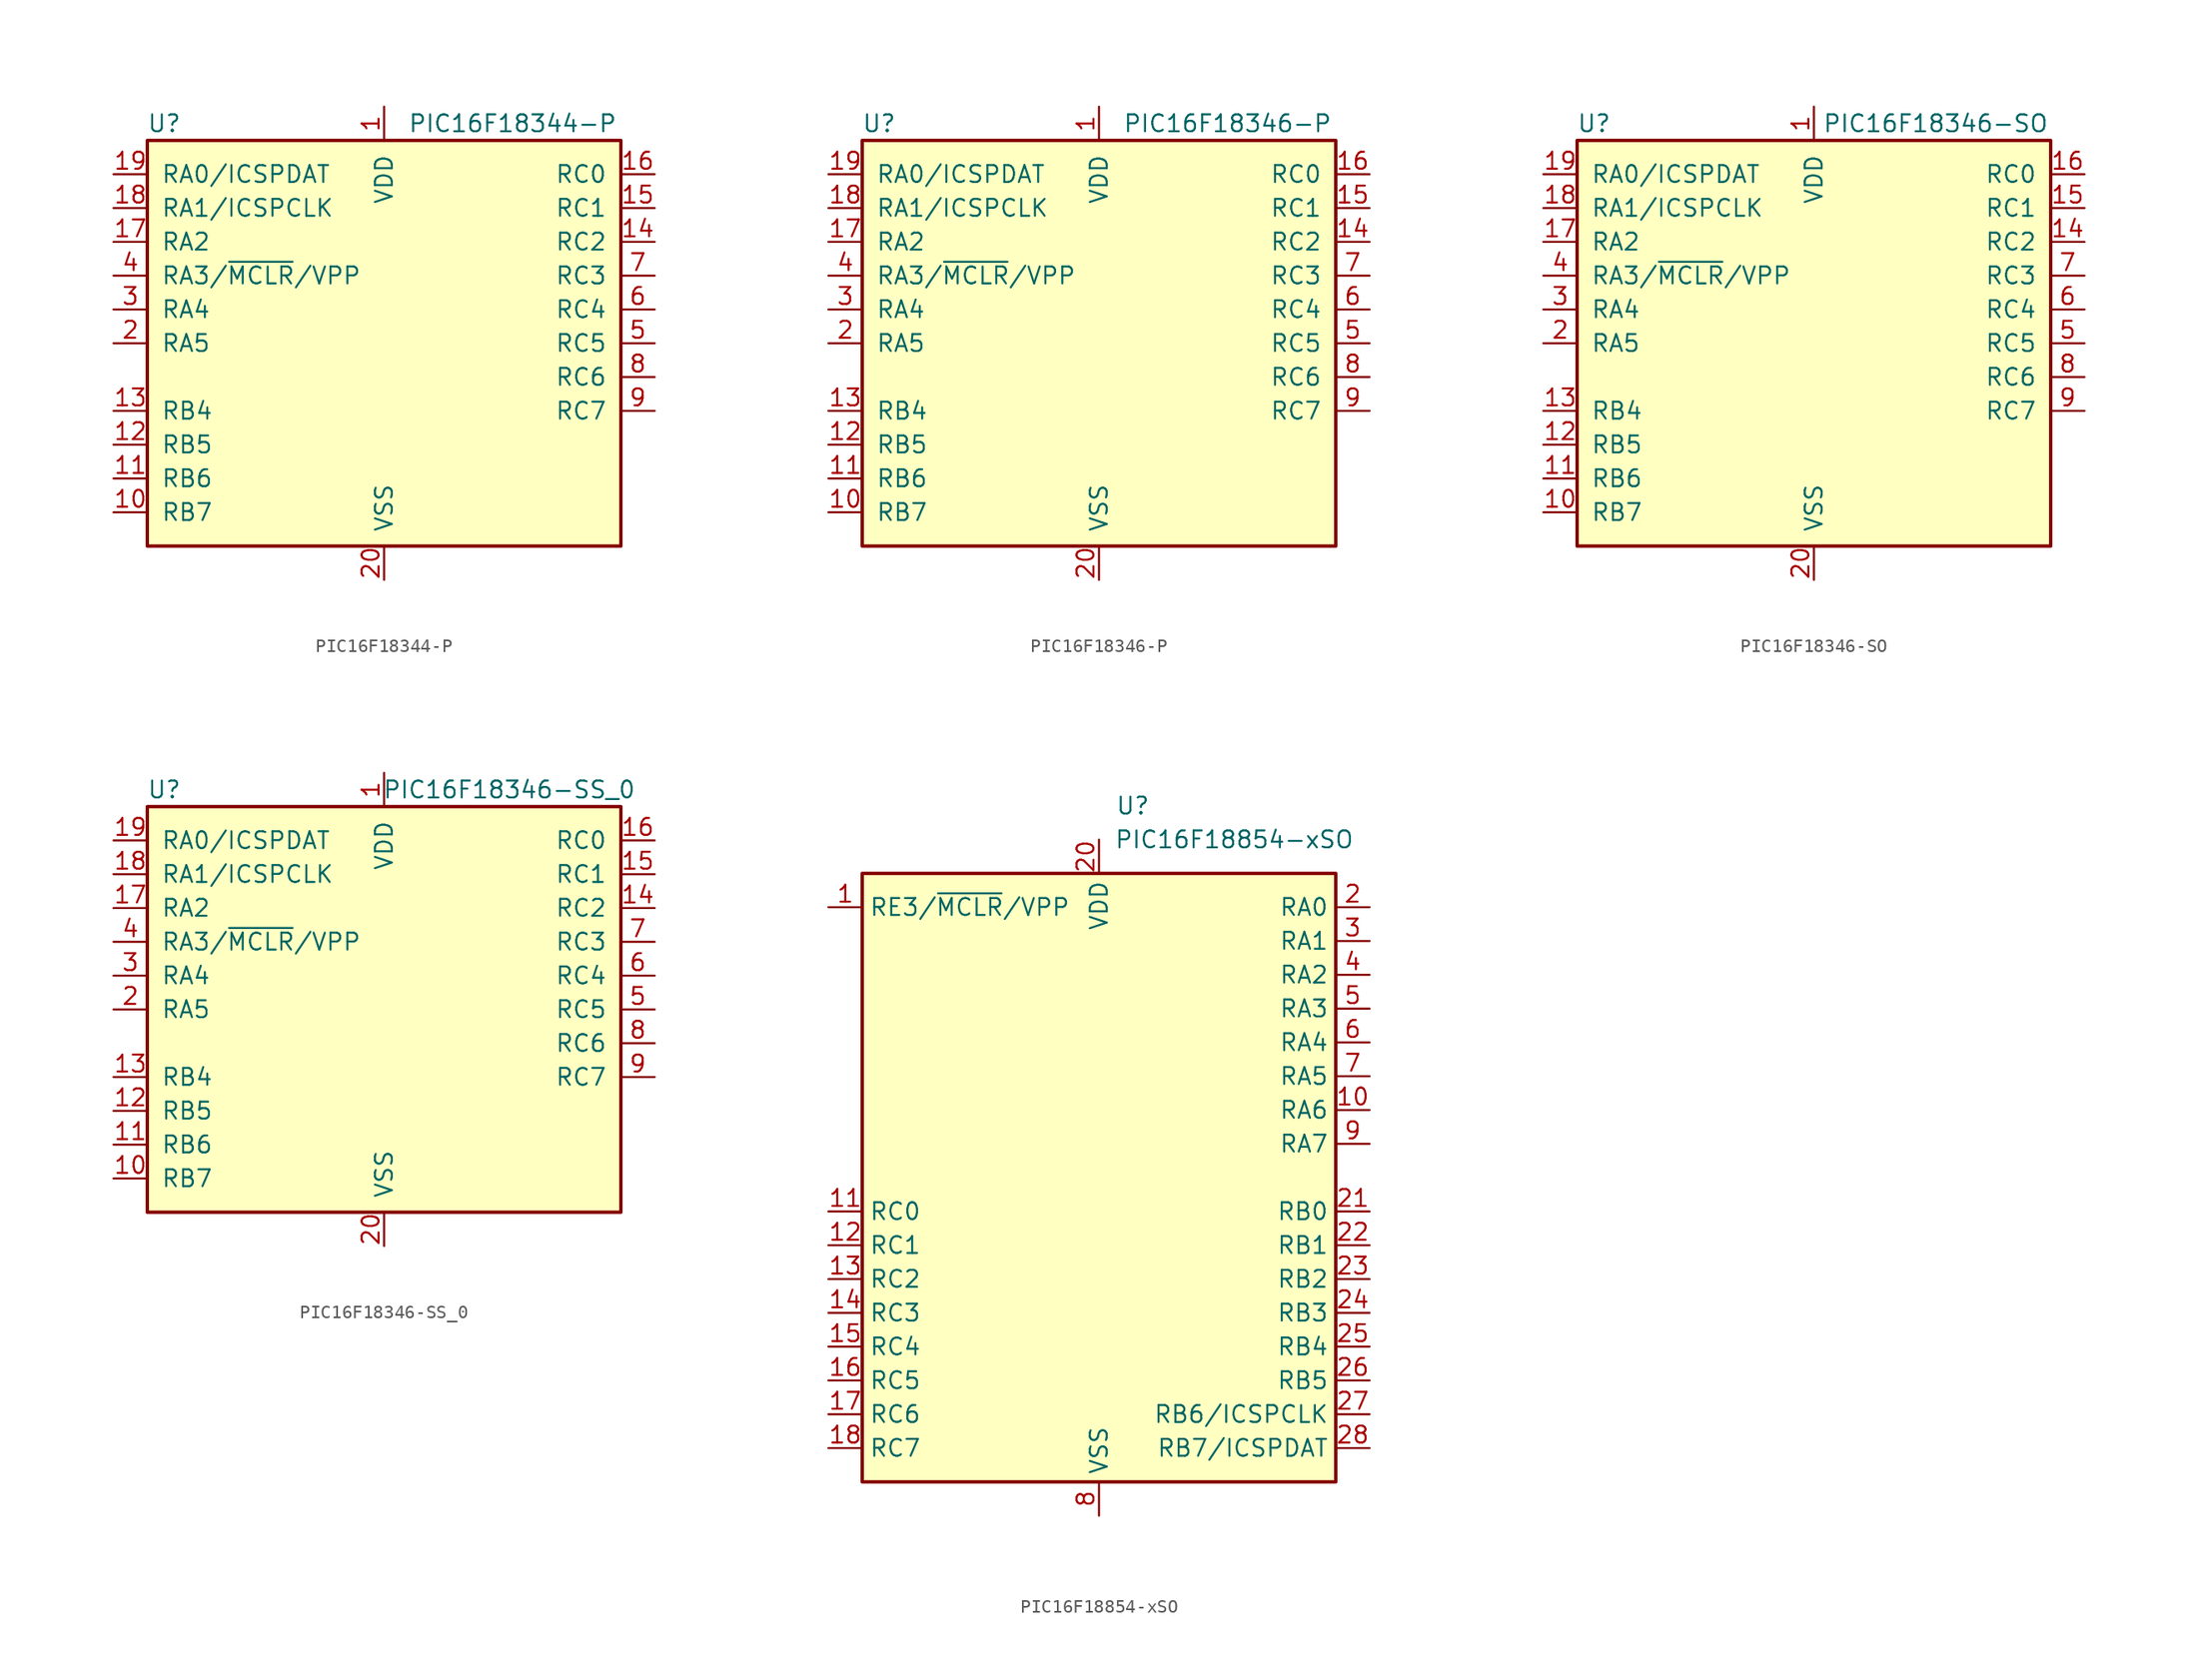
<source format=kicad_sym>
(kicad_symbol_lib
  (version 20241209)
  (generator "kicad_symbol_editor")
  (generator_version "9.0")
  (symbol "PIC16F18344-P"
    (pin_names
      (offset 1.016))
    (property "Reference" "U"
      (at -16.51 16.51 0)
      (effects (font (size 1.27 1.27))))
    (property "Value" "PIC16F18344-P"
      (at 9.652 16.51 0)
      (effects (font (size 1.27 1.27))))
    (symbol "PIC16F18344-P_0_1"
      (rectangle (start -17.78 15.24) (end 17.78 -15.24) (stroke (width 0.254) (type default)) (fill (type background))))
    (symbol "PIC16F18344-P_1_1"
      (pin bidirectional line (at -20.32 12.7 0) (length 2.54) (name "RA0/ICSPDAT" (effects (font (size 1.27 1.27)))) (number "19" (effects (font (size 1.27 1.27)))))
      (pin bidirectional line (at -20.32 10.16 0) (length 2.54) (name "RA1/ICSPCLK" (effects (font (size 1.27 1.27)))) (number "18" (effects (font (size 1.27 1.27)))))
      (pin bidirectional line (at -20.32 7.62 0) (length 2.54) (name "RA2" (effects (font (size 1.27 1.27)))) (number "17" (effects (font (size 1.27 1.27)))))
      (pin bidirectional line (at -20.32 5.08 0) (length 2.54) (name "RA3/~{MCLR}/VPP" (effects (font (size 1.27 1.27)))) (number "4" (effects (font (size 1.27 1.27)))))
      (pin bidirectional line (at -20.32 2.54 0) (length 2.54) (name "RA4" (effects (font (size 1.27 1.27)))) (number "3" (effects (font (size 1.27 1.27)))))
      (pin bidirectional line (at -20.32 0 0) (length 2.54) (name "RA5" (effects (font (size 1.27 1.27)))) (number "2" (effects (font (size 1.27 1.27)))))
      (pin bidirectional line (at -20.32 -5.08 0) (length 2.54) (name "RB4" (effects (font (size 1.27 1.27)))) (number "13" (effects (font (size 1.27 1.27)))))
      (pin bidirectional line (at -20.32 -7.62 0) (length 2.54) (name "RB5" (effects (font (size 1.27 1.27)))) (number "12" (effects (font (size 1.27 1.27)))))
      (pin bidirectional line (at -20.32 -10.16 0) (length 2.54) (name "RB6" (effects (font (size 1.27 1.27)))) (number "11" (effects (font (size 1.27 1.27)))))
      (pin bidirectional line (at -20.32 -12.7 0) (length 2.54) (name "RB7" (effects (font (size 1.27 1.27)))) (number "10" (effects (font (size 1.27 1.27)))))
      (pin power_in line (at 0 17.78 270) (length 2.54) (name "VDD" (effects (font (size 1.27 1.27)))) (number "1" (effects (font (size 1.27 1.27)))))
      (pin power_in line (at 0 -17.78 90) (length 2.54) (name "VSS" (effects (font (size 1.27 1.27)))) (number "20" (effects (font (size 1.27 1.27)))))
      (pin bidirectional line (at 20.32 12.7 180) (length 2.54) (name "RC0" (effects (font (size 1.27 1.27)))) (number "16" (effects (font (size 1.27 1.27)))))
      (pin bidirectional line (at 20.32 10.16 180) (length 2.54) (name "RC1" (effects (font (size 1.27 1.27)))) (number "15" (effects (font (size 1.27 1.27)))))
      (pin bidirectional line (at 20.32 7.62 180) (length 2.54) (name "RC2" (effects (font (size 1.27 1.27)))) (number "14" (effects (font (size 1.27 1.27)))))
      (pin bidirectional line (at 20.32 5.08 180) (length 2.54) (name "RC3" (effects (font (size 1.27 1.27)))) (number "7" (effects (font (size 1.27 1.27)))))
      (pin bidirectional line (at 20.32 2.54 180) (length 2.54) (name "RC4" (effects (font (size 1.27 1.27)))) (number "6" (effects (font (size 1.27 1.27)))))
      (pin bidirectional line (at 20.32 0 180) (length 2.54) (name "RC5" (effects (font (size 1.27 1.27)))) (number "5" (effects (font (size 1.27 1.27)))))
      (pin bidirectional line (at 20.32 -2.54 180) (length 2.54) (name "RC6" (effects (font (size 1.27 1.27)))) (number "8" (effects (font (size 1.27 1.27)))))
      (pin bidirectional line (at 20.32 -5.08 180) (length 2.54) (name "RC7" (effects (font (size 1.27 1.27)))) (number "9" (effects (font (size 1.27 1.27)))))))
  (symbol "PIC16F18346-P"
    (pin_names
      (offset 1.016))
    (property "Reference" "U"
      (at -16.51 16.51 0)
      (effects (font (size 1.27 1.27))))
    (property "Value" "PIC16F18346-P"
      (at 9.652 16.51 0)
      (effects (font (size 1.27 1.27))))
    (symbol "PIC16F18346-P_0_1"
      (rectangle (start -17.78 15.24) (end 17.78 -15.24) (stroke (width 0.254) (type default)) (fill (type background))))
    (symbol "PIC16F18346-P_1_1"
      (pin bidirectional line (at -20.32 12.7 0) (length 2.54) (name "RA0/ICSPDAT" (effects (font (size 1.27 1.27)))) (number "19" (effects (font (size 1.27 1.27)))))
      (pin bidirectional line (at -20.32 10.16 0) (length 2.54) (name "RA1/ICSPCLK" (effects (font (size 1.27 1.27)))) (number "18" (effects (font (size 1.27 1.27)))))
      (pin bidirectional line (at -20.32 7.62 0) (length 2.54) (name "RA2" (effects (font (size 1.27 1.27)))) (number "17" (effects (font (size 1.27 1.27)))))
      (pin bidirectional line (at -20.32 5.08 0) (length 2.54) (name "RA3/~{MCLR}/VPP" (effects (font (size 1.27 1.27)))) (number "4" (effects (font (size 1.27 1.27)))))
      (pin bidirectional line (at -20.32 2.54 0) (length 2.54) (name "RA4" (effects (font (size 1.27 1.27)))) (number "3" (effects (font (size 1.27 1.27)))))
      (pin bidirectional line (at -20.32 0 0) (length 2.54) (name "RA5" (effects (font (size 1.27 1.27)))) (number "2" (effects (font (size 1.27 1.27)))))
      (pin bidirectional line (at -20.32 -5.08 0) (length 2.54) (name "RB4" (effects (font (size 1.27 1.27)))) (number "13" (effects (font (size 1.27 1.27)))))
      (pin bidirectional line (at -20.32 -7.62 0) (length 2.54) (name "RB5" (effects (font (size 1.27 1.27)))) (number "12" (effects (font (size 1.27 1.27)))))
      (pin bidirectional line (at -20.32 -10.16 0) (length 2.54) (name "RB6" (effects (font (size 1.27 1.27)))) (number "11" (effects (font (size 1.27 1.27)))))
      (pin bidirectional line (at -20.32 -12.7 0) (length 2.54) (name "RB7" (effects (font (size 1.27 1.27)))) (number "10" (effects (font (size 1.27 1.27)))))
      (pin power_in line (at 0 17.78 270) (length 2.54) (name "VDD" (effects (font (size 1.27 1.27)))) (number "1" (effects (font (size 1.27 1.27)))))
      (pin power_in line (at 0 -17.78 90) (length 2.54) (name "VSS" (effects (font (size 1.27 1.27)))) (number "20" (effects (font (size 1.27 1.27)))))
      (pin bidirectional line (at 20.32 12.7 180) (length 2.54) (name "RC0" (effects (font (size 1.27 1.27)))) (number "16" (effects (font (size 1.27 1.27)))))
      (pin bidirectional line (at 20.32 10.16 180) (length 2.54) (name "RC1" (effects (font (size 1.27 1.27)))) (number "15" (effects (font (size 1.27 1.27)))))
      (pin bidirectional line (at 20.32 7.62 180) (length 2.54) (name "RC2" (effects (font (size 1.27 1.27)))) (number "14" (effects (font (size 1.27 1.27)))))
      (pin bidirectional line (at 20.32 5.08 180) (length 2.54) (name "RC3" (effects (font (size 1.27 1.27)))) (number "7" (effects (font (size 1.27 1.27)))))
      (pin bidirectional line (at 20.32 2.54 180) (length 2.54) (name "RC4" (effects (font (size 1.27 1.27)))) (number "6" (effects (font (size 1.27 1.27)))))
      (pin bidirectional line (at 20.32 0 180) (length 2.54) (name "RC5" (effects (font (size 1.27 1.27)))) (number "5" (effects (font (size 1.27 1.27)))))
      (pin bidirectional line (at 20.32 -2.54 180) (length 2.54) (name "RC6" (effects (font (size 1.27 1.27)))) (number "8" (effects (font (size 1.27 1.27)))))
      (pin bidirectional line (at 20.32 -5.08 180) (length 2.54) (name "RC7" (effects (font (size 1.27 1.27)))) (number "9" (effects (font (size 1.27 1.27)))))))
  (symbol "PIC16F18346-SO"
    (pin_names
      (offset 1.016))
    (property "Reference" "U"
      (at -16.51 16.51 0)
      (effects (font (size 1.27 1.27))))
    (property "Value" "PIC16F18346-SO"
      (at 9.144 16.51 0)
      (effects (font (size 1.27 1.27))))
    (symbol "PIC16F18346-SO_0_1"
      (rectangle (start -17.78 15.24) (end 17.78 -15.24) (stroke (width 0.254) (type default)) (fill (type background))))
    (symbol "PIC16F18346-SO_1_1"
      (pin bidirectional line (at -20.32 12.7 0) (length 2.54) (name "RA0/ICSPDAT" (effects (font (size 1.27 1.27)))) (number "19" (effects (font (size 1.27 1.27)))))
      (pin bidirectional line (at -20.32 10.16 0) (length 2.54) (name "RA1/ICSPCLK" (effects (font (size 1.27 1.27)))) (number "18" (effects (font (size 1.27 1.27)))))
      (pin bidirectional line (at -20.32 7.62 0) (length 2.54) (name "RA2" (effects (font (size 1.27 1.27)))) (number "17" (effects (font (size 1.27 1.27)))))
      (pin bidirectional line (at -20.32 5.08 0) (length 2.54) (name "RA3/~{MCLR}/VPP" (effects (font (size 1.27 1.27)))) (number "4" (effects (font (size 1.27 1.27)))))
      (pin bidirectional line (at -20.32 2.54 0) (length 2.54) (name "RA4" (effects (font (size 1.27 1.27)))) (number "3" (effects (font (size 1.27 1.27)))))
      (pin bidirectional line (at -20.32 0 0) (length 2.54) (name "RA5" (effects (font (size 1.27 1.27)))) (number "2" (effects (font (size 1.27 1.27)))))
      (pin bidirectional line (at -20.32 -5.08 0) (length 2.54) (name "RB4" (effects (font (size 1.27 1.27)))) (number "13" (effects (font (size 1.27 1.27)))))
      (pin bidirectional line (at -20.32 -7.62 0) (length 2.54) (name "RB5" (effects (font (size 1.27 1.27)))) (number "12" (effects (font (size 1.27 1.27)))))
      (pin bidirectional line (at -20.32 -10.16 0) (length 2.54) (name "RB6" (effects (font (size 1.27 1.27)))) (number "11" (effects (font (size 1.27 1.27)))))
      (pin bidirectional line (at -20.32 -12.7 0) (length 2.54) (name "RB7" (effects (font (size 1.27 1.27)))) (number "10" (effects (font (size 1.27 1.27)))))
      (pin power_in line (at 0 17.78 270) (length 2.54) (name "VDD" (effects (font (size 1.27 1.27)))) (number "1" (effects (font (size 1.27 1.27)))))
      (pin power_in line (at 0 -17.78 90) (length 2.54) (name "VSS" (effects (font (size 1.27 1.27)))) (number "20" (effects (font (size 1.27 1.27)))))
      (pin bidirectional line (at 20.32 12.7 180) (length 2.54) (name "RC0" (effects (font (size 1.27 1.27)))) (number "16" (effects (font (size 1.27 1.27)))))
      (pin bidirectional line (at 20.32 10.16 180) (length 2.54) (name "RC1" (effects (font (size 1.27 1.27)))) (number "15" (effects (font (size 1.27 1.27)))))
      (pin bidirectional line (at 20.32 7.62 180) (length 2.54) (name "RC2" (effects (font (size 1.27 1.27)))) (number "14" (effects (font (size 1.27 1.27)))))
      (pin bidirectional line (at 20.32 5.08 180) (length 2.54) (name "RC3" (effects (font (size 1.27 1.27)))) (number "7" (effects (font (size 1.27 1.27)))))
      (pin bidirectional line (at 20.32 2.54 180) (length 2.54) (name "RC4" (effects (font (size 1.27 1.27)))) (number "6" (effects (font (size 1.27 1.27)))))
      (pin bidirectional line (at 20.32 0 180) (length 2.54) (name "RC5" (effects (font (size 1.27 1.27)))) (number "5" (effects (font (size 1.27 1.27)))))
      (pin bidirectional line (at 20.32 -2.54 180) (length 2.54) (name "RC6" (effects (font (size 1.27 1.27)))) (number "8" (effects (font (size 1.27 1.27)))))
      (pin bidirectional line (at 20.32 -5.08 180) (length 2.54) (name "RC7" (effects (font (size 1.27 1.27)))) (number "9" (effects (font (size 1.27 1.27)))))))
  (symbol "PIC16F18346-SS_0"
    (pin_names
      (offset 1.016))
    (property "Reference" "U"
      (at -16.51 16.51 0)
      (effects (font (size 1.27 1.27))))
    (property "Value" "PIC16F18346-SS_0"
      (at 9.398 16.51 0)
      (effects (font (size 1.27 1.27))))
    (symbol "PIC16F18346-SS_0_0_1"
      (rectangle (start -17.78 15.24) (end 17.78 -15.24) (stroke (width 0.254) (type default)) (fill (type background))))
    (symbol "PIC16F18346-SS_0_1_1"
      (pin bidirectional line (at -20.32 12.7 0) (length 2.54) (name "RA0/ICSPDAT" (effects (font (size 1.27 1.27)))) (number "19" (effects (font (size 1.27 1.27)))))
      (pin bidirectional line (at -20.32 10.16 0) (length 2.54) (name "RA1/ICSPCLK" (effects (font (size 1.27 1.27)))) (number "18" (effects (font (size 1.27 1.27)))))
      (pin bidirectional line (at -20.32 7.62 0) (length 2.54) (name "RA2" (effects (font (size 1.27 1.27)))) (number "17" (effects (font (size 1.27 1.27)))))
      (pin bidirectional line (at -20.32 5.08 0) (length 2.54) (name "RA3/~{MCLR}/VPP" (effects (font (size 1.27 1.27)))) (number "4" (effects (font (size 1.27 1.27)))))
      (pin bidirectional line (at -20.32 2.54 0) (length 2.54) (name "RA4" (effects (font (size 1.27 1.27)))) (number "3" (effects (font (size 1.27 1.27)))))
      (pin bidirectional line (at -20.32 0 0) (length 2.54) (name "RA5" (effects (font (size 1.27 1.27)))) (number "2" (effects (font (size 1.27 1.27)))))
      (pin bidirectional line (at -20.32 -5.08 0) (length 2.54) (name "RB4" (effects (font (size 1.27 1.27)))) (number "13" (effects (font (size 1.27 1.27)))))
      (pin bidirectional line (at -20.32 -7.62 0) (length 2.54) (name "RB5" (effects (font (size 1.27 1.27)))) (number "12" (effects (font (size 1.27 1.27)))))
      (pin bidirectional line (at -20.32 -10.16 0) (length 2.54) (name "RB6" (effects (font (size 1.27 1.27)))) (number "11" (effects (font (size 1.27 1.27)))))
      (pin bidirectional line (at -20.32 -12.7 0) (length 2.54) (name "RB7" (effects (font (size 1.27 1.27)))) (number "10" (effects (font (size 1.27 1.27)))))
      (pin power_in line (at 0 17.78 270) (length 2.54) (name "VDD" (effects (font (size 1.27 1.27)))) (number "1" (effects (font (size 1.27 1.27)))))
      (pin power_in line (at 0 -17.78 90) (length 2.54) (name "VSS" (effects (font (size 1.27 1.27)))) (number "20" (effects (font (size 1.27 1.27)))))
      (pin bidirectional line (at 20.32 12.7 180) (length 2.54) (name "RC0" (effects (font (size 1.27 1.27)))) (number "16" (effects (font (size 1.27 1.27)))))
      (pin bidirectional line (at 20.32 10.16 180) (length 2.54) (name "RC1" (effects (font (size 1.27 1.27)))) (number "15" (effects (font (size 1.27 1.27)))))
      (pin bidirectional line (at 20.32 7.62 180) (length 2.54) (name "RC2" (effects (font (size 1.27 1.27)))) (number "14" (effects (font (size 1.27 1.27)))))
      (pin bidirectional line (at 20.32 5.08 180) (length 2.54) (name "RC3" (effects (font (size 1.27 1.27)))) (number "7" (effects (font (size 1.27 1.27)))))
      (pin bidirectional line (at 20.32 2.54 180) (length 2.54) (name "RC4" (effects (font (size 1.27 1.27)))) (number "6" (effects (font (size 1.27 1.27)))))
      (pin bidirectional line (at 20.32 0 180) (length 2.54) (name "RC5" (effects (font (size 1.27 1.27)))) (number "5" (effects (font (size 1.27 1.27)))))
      (pin bidirectional line (at 20.32 -2.54 180) (length 2.54) (name "RC6" (effects (font (size 1.27 1.27)))) (number "8" (effects (font (size 1.27 1.27)))))
      (pin bidirectional line (at 20.32 -5.08 180) (length 2.54) (name "RC7" (effects (font (size 1.27 1.27)))) (number "9" (effects (font (size 1.27 1.27)))))))
  (symbol "PIC16F18854-xSO"
    (property "Reference" "U"
      (at 2.54 27.94 0)
      (effects (font (size 1.27 1.27))))
    (property "Value" "PIC16F18854-xSO"
      (at 10.16 25.4 0)
      (effects (font (size 1.27 1.27))))
    (symbol "PIC16F18854-xSO_0_0"
      (pin passive line (at 0 -25.4 90) (length 2.54) (hide yes) (name "VSS" (effects (font (size 1.27 1.27)))) (number "19" (effects (font (size 1.27 1.27))))))
    (symbol "PIC16F18854-xSO_0_1"
      (rectangle (start -17.78 22.86) (end 17.78 -22.86) (stroke (width 0.254) (type default)) (fill (type background))))
    (symbol "PIC16F18854-xSO_1_1"
      (pin input line (at -20.32 20.32 0) (length 2.54) (name "RE3/~{MCLR}/VPP" (effects (font (size 1.27 1.27)))) (number "1" (effects (font (size 1.27 1.27)))))
      (pin bidirectional line (at -20.32 -2.54 0) (length 2.54) (name "RC0" (effects (font (size 1.27 1.27)))) (number "11" (effects (font (size 1.27 1.27)))))
      (pin bidirectional line (at -20.32 -5.08 0) (length 2.54) (name "RC1" (effects (font (size 1.27 1.27)))) (number "12" (effects (font (size 1.27 1.27)))))
      (pin bidirectional line (at -20.32 -7.62 0) (length 2.54) (name "RC2" (effects (font (size 1.27 1.27)))) (number "13" (effects (font (size 1.27 1.27)))))
      (pin bidirectional line (at -20.32 -10.16 0) (length 2.54) (name "RC3" (effects (font (size 1.27 1.27)))) (number "14" (effects (font (size 1.27 1.27)))))
      (pin bidirectional line (at -20.32 -12.7 0) (length 2.54) (name "RC4" (effects (font (size 1.27 1.27)))) (number "15" (effects (font (size 1.27 1.27)))))
      (pin bidirectional line (at -20.32 -15.24 0) (length 2.54) (name "RC5" (effects (font (size 1.27 1.27)))) (number "16" (effects (font (size 1.27 1.27)))))
      (pin bidirectional line (at -20.32 -17.78 0) (length 2.54) (name "RC6" (effects (font (size 1.27 1.27)))) (number "17" (effects (font (size 1.27 1.27)))))
      (pin bidirectional line (at -20.32 -20.32 0) (length 2.54) (name "RC7" (effects (font (size 1.27 1.27)))) (number "18" (effects (font (size 1.27 1.27)))))
      (pin power_in line (at 0 25.4 270) (length 2.54) (name "VDD" (effects (font (size 1.27 1.27)))) (number "20" (effects (font (size 1.27 1.27)))))
      (pin power_in line (at 0 -25.4 90) (length 2.54) (name "VSS" (effects (font (size 1.27 1.27)))) (number "8" (effects (font (size 1.27 1.27)))))
      (pin bidirectional line (at 20.32 20.32 180) (length 2.54) (name "RA0" (effects (font (size 1.27 1.27)))) (number "2" (effects (font (size 1.27 1.27)))))
      (pin bidirectional line (at 20.32 17.78 180) (length 2.54) (name "RA1" (effects (font (size 1.27 1.27)))) (number "3" (effects (font (size 1.27 1.27)))))
      (pin bidirectional line (at 20.32 15.24 180) (length 2.54) (name "RA2" (effects (font (size 1.27 1.27)))) (number "4" (effects (font (size 1.27 1.27)))))
      (pin bidirectional line (at 20.32 12.7 180) (length 2.54) (name "RA3" (effects (font (size 1.27 1.27)))) (number "5" (effects (font (size 1.27 1.27)))))
      (pin bidirectional line (at 20.32 10.16 180) (length 2.54) (name "RA4" (effects (font (size 1.27 1.27)))) (number "6" (effects (font (size 1.27 1.27)))))
      (pin bidirectional line (at 20.32 7.62 180) (length 2.54) (name "RA5" (effects (font (size 1.27 1.27)))) (number "7" (effects (font (size 1.27 1.27)))))
      (pin bidirectional line (at 20.32 5.08 180) (length 2.54) (name "RA6" (effects (font (size 1.27 1.27)))) (number "10" (effects (font (size 1.27 1.27)))))
      (pin bidirectional line (at 20.32 2.54 180) (length 2.54) (name "RA7" (effects (font (size 1.27 1.27)))) (number "9" (effects (font (size 1.27 1.27)))))
      (pin bidirectional line (at 20.32 -2.54 180) (length 2.54) (name "RB0" (effects (font (size 1.27 1.27)))) (number "21" (effects (font (size 1.27 1.27)))))
      (pin bidirectional line (at 20.32 -5.08 180) (length 2.54) (name "RB1" (effects (font (size 1.27 1.27)))) (number "22" (effects (font (size 1.27 1.27)))))
      (pin bidirectional line (at 20.32 -7.62 180) (length 2.54) (name "RB2" (effects (font (size 1.27 1.27)))) (number "23" (effects (font (size 1.27 1.27)))))
      (pin bidirectional line (at 20.32 -10.16 180) (length 2.54) (name "RB3" (effects (font (size 1.27 1.27)))) (number "24" (effects (font (size 1.27 1.27)))))
      (pin bidirectional line (at 20.32 -12.7 180) (length 2.54) (name "RB4" (effects (font (size 1.27 1.27)))) (number "25" (effects (font (size 1.27 1.27)))))
      (pin bidirectional line (at 20.32 -15.24 180) (length 2.54) (name "RB5" (effects (font (size 1.27 1.27)))) (number "26" (effects (font (size 1.27 1.27)))))
      (pin bidirectional line (at 20.32 -17.78 180) (length 2.54) (name "RB6/ICSPCLK" (effects (font (size 1.27 1.27)))) (number "27" (effects (font (size 1.27 1.27)))))
      (pin bidirectional line (at 20.32 -20.32 180) (length 2.54) (name "RB7/ICSPDAT" (effects (font (size 1.27 1.27)))) (number "28" (effects (font (size 1.27 1.27))))))))
</source>
